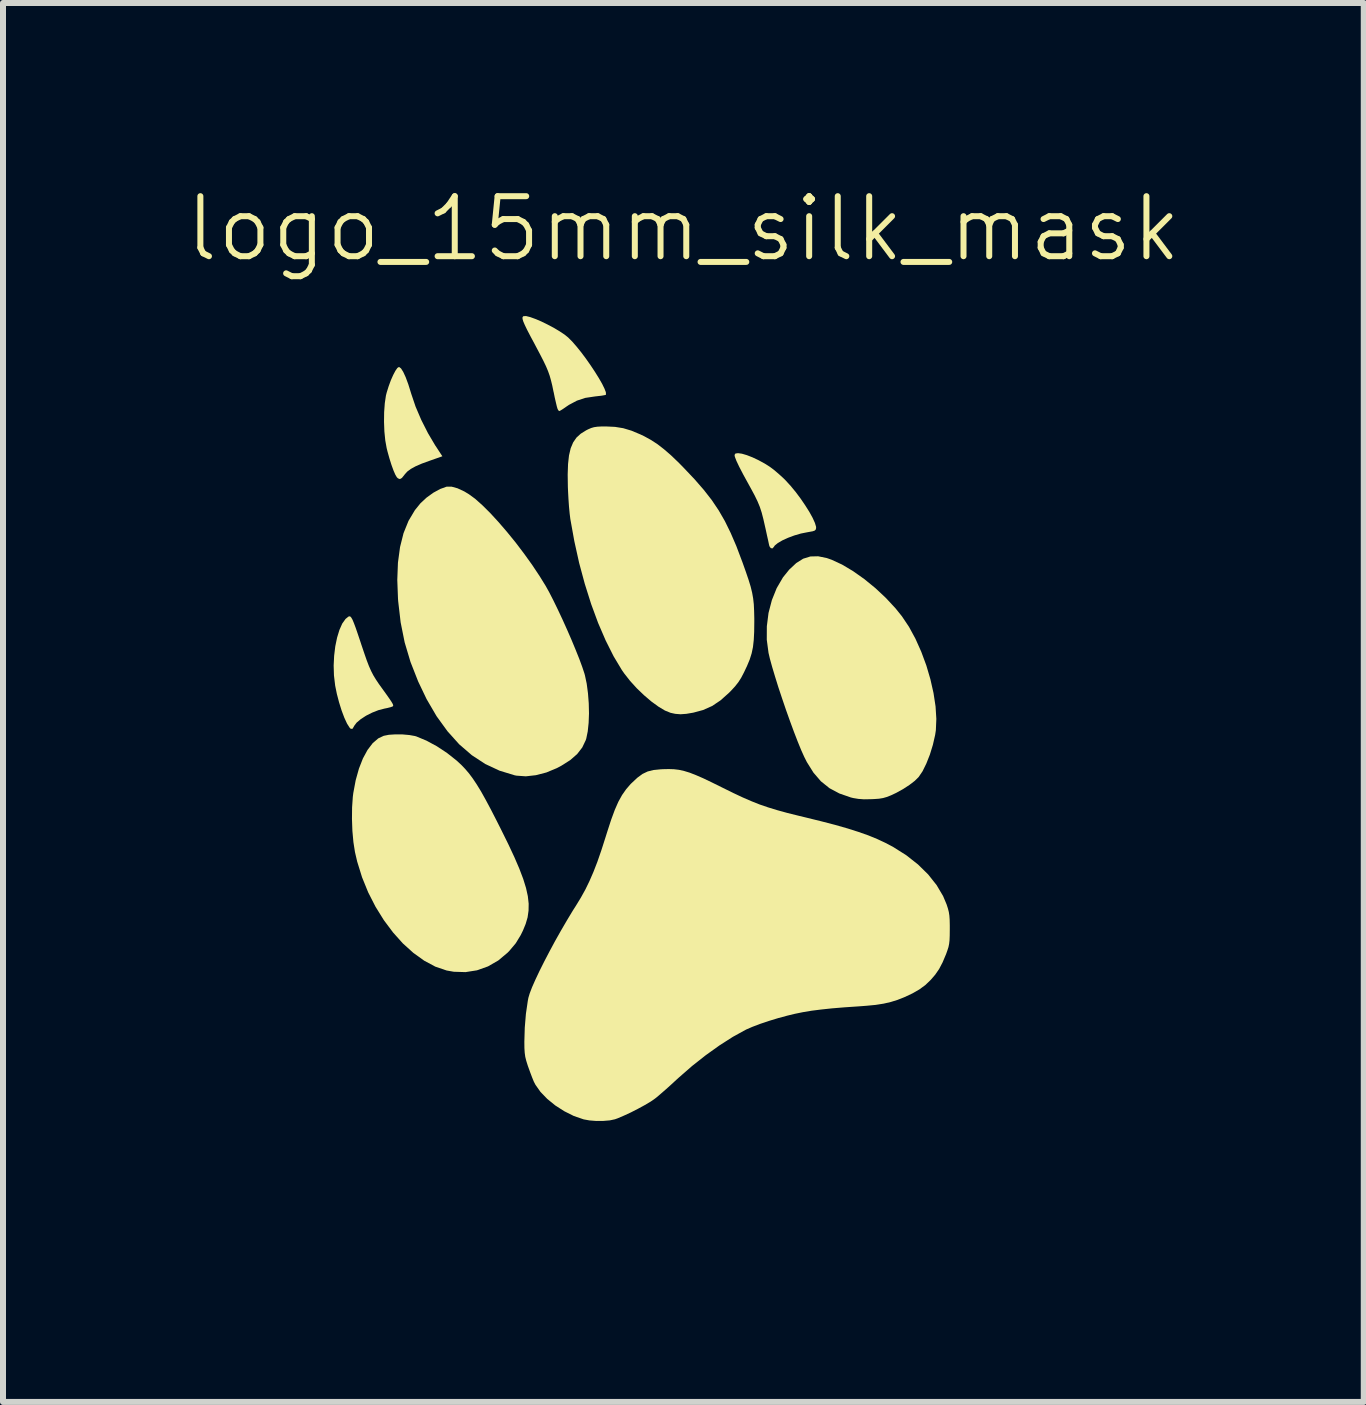
<source format=kicad_pcb>
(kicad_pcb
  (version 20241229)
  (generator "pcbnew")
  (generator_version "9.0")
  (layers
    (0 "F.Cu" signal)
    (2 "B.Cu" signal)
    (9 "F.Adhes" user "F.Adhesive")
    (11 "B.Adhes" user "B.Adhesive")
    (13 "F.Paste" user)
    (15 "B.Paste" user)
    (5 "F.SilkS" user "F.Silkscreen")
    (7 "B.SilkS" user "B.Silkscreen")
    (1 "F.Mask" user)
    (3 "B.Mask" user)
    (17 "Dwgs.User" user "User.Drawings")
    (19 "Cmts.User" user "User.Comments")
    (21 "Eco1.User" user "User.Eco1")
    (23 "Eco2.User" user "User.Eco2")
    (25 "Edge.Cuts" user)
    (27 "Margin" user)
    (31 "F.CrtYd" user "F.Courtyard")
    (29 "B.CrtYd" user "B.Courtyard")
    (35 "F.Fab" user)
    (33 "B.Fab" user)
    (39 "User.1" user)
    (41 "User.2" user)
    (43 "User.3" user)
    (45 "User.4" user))
  (footprint "logo_15mm_silk_mask"
    (layer "F.Cu")
    (at 8.336 9.761)
    (property "Reference" "logo_15mm_silk_mask" (at 0 -9 0) (unlocked yes) (layer "F.SilkS") (effects (font (size 1 1) (thickness 0.1))))
    (attr smd)
    (fp_poly (pts (xy 6.07 -2.664) (xy 6.367 -2.285) (xy 6.63 -1.893) (xy 6.859 -1.489) (xy 7.054 -1.074) (xy 7.215 -0.65) (xy 7.342 -0.219) (xy 7.433 0.218) (xy 7.489 0.658) (xy 7.509 1.101) (xy 7.493 1.545) (xy 7.44 1.987) (xy 7.351 2.427) (xy 7.274 2.706) (xy 7.144 3.087) (xy 6.986 3.466) (xy 6.804 3.833) (xy 6.612 4.164) (xy 6.338 4.564) (xy 6.034 4.943) (xy 5.702 5.3) (xy 5.343 5.634) (xy 4.96 5.944) (xy 4.553 6.229) (xy 4.125 6.489) (xy 3.678 6.722) (xy 3.214 6.928) (xy 2.733 7.106) (xy 2.238 7.255) (xy 1.731 7.375) (xy 1.213 7.464) (xy 0.687 7.521) (xy 0.153 7.546) (xy -0.386 7.539) (xy -0.513 7.532) (xy -1.052 7.482) (xy -1.585 7.398) (xy -2.11 7.282) (xy -2.624 7.134) (xy -3.124 6.955) (xy -3.608 6.746) (xy -4.073 6.508) (xy -4.516 6.242) (xy -4.935 5.95) (xy -5.1 5.822) (xy -5.484 5.492) (xy -5.837 5.142) (xy -6.158 4.773) (xy -6.446 4.386) (xy -6.702 3.981) (xy -6.924 3.56) (xy -7.112 3.123) (xy -7.255 2.706) (xy -7.31 2.509) (xy -7.358 2.296) (xy -7.401 2.074) (xy -7.436 1.849) (xy -7.464 1.628) (xy -7.483 1.417) (xy -7.492 1.223) (xy -7.492 1.051) (xy -7.48 0.909) (xy -7.48 0.908) (xy -7.462 0.785) (xy -7.46 0.893) (xy -7.456 0.957) (xy -7.448 1.045) (xy -7.438 1.145) (xy -7.428 1.225) (xy -7.355 1.642) (xy -7.245 2.052) (xy -7.101 2.452) (xy -6.923 2.84) (xy -6.712 3.216) (xy -6.469 3.578) (xy -6.196 3.924) (xy -5.894 4.254) (xy -5.563 4.565) (xy -5.205 4.856) (xy -4.821 5.126) (xy -4.412 5.373) (xy -4.026 5.574) (xy -3.532 5.792) (xy -3.025 5.975) (xy -2.507 6.124) (xy -1.979 6.237) (xy -1.445 6.317) (xy -0.906 6.361) (xy -0.366 6.371) (xy 0.175 6.345) (xy 0.713 6.284) (xy 1.247 6.189) (xy 1.774 6.058) (xy 2.291 5.891) (xy 2.442 5.835) (xy 2.907 5.639) (xy 3.351 5.416) (xy 3.772 5.167) (xy 4.17 4.892) (xy 4.541 4.594) (xy 4.886 4.274) (xy 5.201 3.932) (xy 5.487 3.571) (xy 5.741 3.191) (xy 5.866 2.976) (xy 6.047 2.61) (xy 6.2 2.223) (xy 6.322 1.823) (xy 6.412 1.415) (xy 6.445 1.202) (xy 6.46 1.049) (xy 6.47 0.87) (xy 6.475 0.676) (xy 6.474 0.479) (xy 6.467 0.29) (xy 6.455 0.12) (xy 6.445 0.028) (xy 6.369 -0.402) (xy 6.256 -0.823) (xy 6.108 -1.233) (xy 5.923 -1.632) (xy 5.704 -2.019) (xy 5.449 -2.393) (xy 5.267 -2.626) (xy 5.108 -2.82) (xy 5.524 -2.82) (xy 5.939 -2.82)) (stroke (width 0) (type solid)) (fill yes) (layer "F.Mask"))
    (fp_poly (pts (xy -4.737 -6.697) (xy -4.705 -6.673) (xy -4.668 -6.615) (xy -4.627 -6.526) (xy -4.583 -6.407) (xy -4.538 -6.262) (xy -4.533 -6.246) (xy -4.462 -6.036) (xy -4.367 -5.814) (xy -4.255 -5.593) (xy -4.132 -5.385) (xy -4.129 -5.382) (xy -4.016 -5.209) (xy -4.218 -5.138) (xy -4.356 -5.088) (xy -4.462 -5.042) (xy -4.542 -4.998) (xy -4.601 -4.954) (xy -4.644 -4.906) (xy -4.648 -4.9) (xy -4.69 -4.848) (xy -4.723 -4.829) (xy -4.755 -4.841) (xy -4.774 -4.859) (xy -4.799 -4.901) (xy -4.83 -4.972) (xy -4.864 -5.066) (xy -4.898 -5.174) (xy -4.93 -5.289) (xy -4.944 -5.345) (xy -4.967 -5.473) (xy -4.982 -5.623) (xy -4.988 -5.784) (xy -4.986 -5.944) (xy -4.975 -6.094) (xy -4.956 -6.222) (xy -4.944 -6.269) (xy -4.911 -6.375) (xy -4.874 -6.476) (xy -4.835 -6.564) (xy -4.798 -6.634) (xy -4.765 -6.681) (xy -4.739 -6.697)) (stroke (width 0) (type solid)) (fill yes) (layer "F.SilkS"))
    (fp_poly (pts (xy -5.549 -2.539) (xy -5.533 -2.521) (xy -5.513 -2.486) (xy -5.49 -2.431) (xy -5.46 -2.351) (xy -5.423 -2.243) (xy -5.376 -2.103) (xy -5.367 -2.075) (xy -5.317 -1.927) (xy -5.276 -1.809) (xy -5.239 -1.713) (xy -5.203 -1.632) (xy -5.166 -1.56) (xy -5.124 -1.491) (xy -5.074 -1.416) (xy -5.022 -1.344) (xy -4.95 -1.244) (xy -4.898 -1.17) (xy -4.863 -1.118) (xy -4.843 -1.083) (xy -4.835 -1.061) (xy -4.837 -1.049) (xy -4.846 -1.04) (xy -4.847 -1.04) (xy -4.878 -1.029) (xy -4.933 -1.015) (xy -4.982 -1.005) (xy -5.082 -0.979) (xy -5.186 -0.938) (xy -5.287 -0.887) (xy -5.376 -0.829) (xy -5.445 -0.771) (xy -5.486 -0.716) (xy -5.49 -0.707) (xy -5.513 -0.669) (xy -5.541 -0.668) (xy -5.56 -0.686) (xy -5.604 -0.755) (xy -5.65 -0.855) (xy -5.695 -0.975) (xy -5.737 -1.11) (xy -5.774 -1.251) (xy -5.802 -1.389) (xy -5.803 -1.398) (xy -5.822 -1.558) (xy -5.827 -1.723) (xy -5.819 -1.886) (xy -5.8 -2.043) (xy -5.77 -2.188) (xy -5.731 -2.316) (xy -5.684 -2.422) (xy -5.629 -2.499) (xy -5.581 -2.538) (xy -5.565 -2.543)) (stroke (width 0) (type solid)) (fill yes) (layer "F.SilkS"))
    (fp_poly (pts (xy 0.975 -5.252) (xy 1.057 -5.228) (xy 1.152 -5.191) (xy 1.253 -5.143) (xy 1.356 -5.087) (xy 1.441 -5.033) (xy 1.508 -4.983) (xy 1.588 -4.915) (xy 1.668 -4.842) (xy 1.705 -4.805) (xy 1.788 -4.714) (xy 1.873 -4.611) (xy 1.955 -4.501) (xy 2.031 -4.389) (xy 2.099 -4.281) (xy 2.153 -4.183) (xy 2.191 -4.099) (xy 2.21 -4.036) (xy 2.211 -4.014) (xy 2.205 -3.989) (xy 2.189 -3.972) (xy 2.156 -3.96) (xy 2.096 -3.949) (xy 2.063 -3.943) (xy 1.957 -3.922) (xy 1.848 -3.89) (xy 1.743 -3.851) (xy 1.649 -3.808) (xy 1.573 -3.764) (xy 1.523 -3.723) (xy 1.507 -3.7) (xy 1.484 -3.674) (xy 1.455 -3.679) (xy 1.433 -3.711) (xy 1.432 -3.714) (xy 1.424 -3.748) (xy 1.411 -3.81) (xy 1.392 -3.894) (xy 1.371 -3.991) (xy 1.362 -4.031) (xy 1.332 -4.163) (xy 1.304 -4.271) (xy 1.273 -4.366) (xy 1.235 -4.458) (xy 1.187 -4.557) (xy 1.125 -4.672) (xy 1.087 -4.741) (xy 0.998 -4.903) (xy 0.93 -5.034) (xy 0.883 -5.133) (xy 0.857 -5.201) (xy 0.852 -5.231) (xy 0.867 -5.255) (xy 0.91 -5.261)) (stroke (width 0) (type solid)) (fill yes) (layer "F.SilkS"))
    (fp_poly (pts (xy -2.552 -7.528) (xy -2.466 -7.497) (xy -2.367 -7.455) (xy -2.263 -7.404) (xy -2.159 -7.349) (xy -2.062 -7.291) (xy -1.978 -7.235) (xy -1.921 -7.189) (xy -1.854 -7.122) (xy -1.78 -7.037) (xy -1.701 -6.939) (xy -1.622 -6.833) (xy -1.545 -6.723) (xy -1.472 -6.613) (xy -1.408 -6.51) (xy -1.354 -6.416) (xy -1.315 -6.336) (xy -1.292 -6.276) (xy -1.29 -6.239) (xy -1.293 -6.233) (xy -1.316 -6.227) (xy -1.367 -6.218) (xy -1.438 -6.21) (xy -1.473 -6.206) (xy -1.634 -6.182) (xy -1.774 -6.136) (xy -1.906 -6.066) (xy -1.949 -6.037) (xy -2.004 -5.999) (xy -2.047 -5.972) (xy -2.069 -5.962) (xy -2.069 -5.962) (xy -2.086 -5.977) (xy -2.099 -6.005) (xy -2.109 -6.04) (xy -2.124 -6.103) (xy -2.143 -6.185) (xy -2.162 -6.279) (xy -2.164 -6.285) (xy -2.185 -6.387) (xy -2.206 -6.473) (xy -2.228 -6.551) (xy -2.255 -6.627) (xy -2.289 -6.708) (xy -2.333 -6.8) (xy -2.39 -6.911) (xy -2.462 -7.047) (xy -2.476 -7.074) (xy -2.549 -7.21) (xy -2.604 -7.316) (xy -2.643 -7.397) (xy -2.668 -7.456) (xy -2.68 -7.497) (xy -2.681 -7.523) (xy -2.672 -7.538) (xy -2.662 -7.544) (xy -2.62 -7.545)) (stroke (width 0) (type solid)) (fill yes) (layer "F.SilkS"))
    (fp_poly (pts (xy -4.679 -0.575) (xy -4.566 -0.565) (xy -4.471 -0.548) (xy -4.448 -0.541) (xy -4.282 -0.472) (xy -4.108 -0.378) (xy -3.937 -0.265) (xy -3.779 -0.14) (xy -3.699 -0.066) (xy -3.634 0.002) (xy -3.571 0.076) (xy -3.508 0.161) (xy -3.442 0.26) (xy -3.371 0.376) (xy -3.294 0.514) (xy -3.207 0.677) (xy -3.109 0.868) (xy -3.041 1.003) (xy -2.919 1.25) (xy -2.817 1.468) (xy -2.734 1.661) (xy -2.669 1.832) (xy -2.622 1.984) (xy -2.592 2.12) (xy -2.578 2.245) (xy -2.58 2.361) (xy -2.596 2.473) (xy -2.628 2.582) (xy -2.673 2.692) (xy -2.711 2.769) (xy -2.793 2.904) (xy -2.898 3.029) (xy -2.928 3.06) (xy -3.084 3.191) (xy -3.256 3.29) (xy -3.439 3.355) (xy -3.63 3.385) (xy -3.825 3.379) (xy -3.945 3.358) (xy -4.133 3.294) (xy -4.318 3.195) (xy -4.499 3.065) (xy -4.674 2.907) (xy -4.838 2.724) (xy -4.991 2.519) (xy -5.13 2.295) (xy -5.252 2.056) (xy -5.354 1.805) (xy -5.435 1.544) (xy -5.472 1.385) (xy -5.498 1.219) (xy -5.515 1.031) (xy -5.522 0.834) (xy -5.52 0.641) (xy -5.508 0.466) (xy -5.5 0.402) (xy -5.46 0.188) (xy -5.406 -0.005) (xy -5.34 -0.174) (xy -5.263 -0.316) (xy -5.177 -0.429) (xy -5.084 -0.509) (xy -4.993 -0.552) (xy -4.907 -0.569) (xy -4.798 -0.576)) (stroke (width 0) (type solid)) (fill yes) (layer "F.SilkS"))
    (fp_poly (pts (xy 2.388 -3.514) (xy 2.47 -3.485) (xy 2.643 -3.405) (xy 2.826 -3.296) (xy 3.013 -3.164) (xy 3.198 -3.013) (xy 3.373 -2.849) (xy 3.533 -2.677) (xy 3.64 -2.544) (xy 3.758 -2.368) (xy 3.866 -2.169) (xy 3.963 -1.952) (xy 4.047 -1.725) (xy 4.115 -1.494) (xy 4.167 -1.264) (xy 4.201 -1.042) (xy 4.214 -0.833) (xy 4.206 -0.645) (xy 4.194 -0.566) (xy 4.156 -0.4) (xy 4.106 -0.238) (xy 4.047 -0.089) (xy 3.984 0.039) (xy 3.918 0.136) (xy 3.917 0.137) (xy 3.854 0.199) (xy 3.765 0.267) (xy 3.659 0.336) (xy 3.545 0.399) (xy 3.46 0.439) (xy 3.389 0.467) (xy 3.326 0.485) (xy 3.259 0.496) (xy 3.174 0.502) (xy 3.123 0.504) (xy 3.007 0.506) (xy 2.915 0.499) (xy 2.83 0.485) (xy 2.789 0.475) (xy 2.599 0.409) (xy 2.434 0.321) (xy 2.291 0.206) (xy 2.167 0.062) (xy 2.057 -0.114) (xy 2.014 -0.199) (xy 1.963 -0.312) (xy 1.905 -0.454) (xy 1.842 -0.617) (xy 1.776 -0.796) (xy 1.709 -0.984) (xy 1.644 -1.175) (xy 1.582 -1.361) (xy 1.527 -1.538) (xy 1.479 -1.698) (xy 1.441 -1.836) (xy 1.418 -1.934) (xy 1.389 -2.153) (xy 1.39 -2.377) (xy 1.418 -2.599) (xy 1.474 -2.813) (xy 1.554 -3.012) (xy 1.659 -3.192) (xy 1.763 -3.321) (xy 1.88 -3.43) (xy 1.996 -3.503) (xy 2.116 -3.54) (xy 2.245 -3.543)) (stroke (width 0) (type solid)) (fill yes) (layer "F.SilkS"))
    (fp_poly (pts (xy -3.764 -4.676) (xy -3.65 -4.623) (xy -3.574 -4.577) (xy -3.47 -4.501) (xy -3.351 -4.395) (xy -3.22 -4.265) (xy -3.082 -4.115) (xy -2.939 -3.949) (xy -2.795 -3.772) (xy -2.654 -3.586) (xy -2.519 -3.398) (xy -2.394 -3.21) (xy -2.294 -3.048) (xy -2.234 -2.94) (xy -2.166 -2.807) (xy -2.092 -2.655) (xy -2.015 -2.491) (xy -1.938 -2.32) (xy -1.864 -2.15) (xy -1.796 -1.986) (xy -1.735 -1.834) (xy -1.686 -1.701) (xy -1.65 -1.593) (xy -1.641 -1.561) (xy -1.611 -1.42) (xy -1.59 -1.261) (xy -1.577 -1.093) (xy -1.573 -0.926) (xy -1.579 -0.767) (xy -1.594 -0.625) (xy -1.618 -0.508) (xy -1.627 -0.48) (xy -1.685 -0.358) (xy -1.77 -0.248) (xy -1.886 -0.147) (xy -2.036 -0.052) (xy -2.11 -0.013) (xy -2.283 0.059) (xy -2.457 0.104) (xy -2.625 0.123) (xy -2.78 0.112) (xy -2.811 0.106) (xy -3.063 0.029) (xy -3.301 -0.082) (xy -3.525 -0.229) (xy -3.735 -0.41) (xy -3.93 -0.627) (xy -4.112 -0.878) (xy -4.279 -1.164) (xy -4.419 -1.457) (xy -4.547 -1.783) (xy -4.644 -2.108) (xy -4.711 -2.442) (xy -4.752 -2.794) (xy -4.755 -2.833) (xy -4.767 -3.15) (xy -4.756 -3.437) (xy -4.721 -3.697) (xy -4.663 -3.928) (xy -4.58 -4.133) (xy -4.474 -4.311) (xy -4.381 -4.426) (xy -4.28 -4.52) (xy -4.168 -4.601) (xy -4.053 -4.664) (xy -3.947 -4.702) (xy -3.942 -4.703) (xy -3.862 -4.703)) (stroke (width 0) (type solid)) (fill yes) (layer "F.SilkS"))
    (fp_poly (pts (xy -1.139 -5.699) (xy -1.003 -5.677) (xy -0.866 -5.636) (xy -0.718 -5.574) (xy -0.653 -5.543) (xy -0.542 -5.482) (xy -0.434 -5.412) (xy -0.323 -5.326) (xy -0.203 -5.222) (xy -0.07 -5.094) (xy 0.011 -5.011) (xy 0.188 -4.824) (xy 0.34 -4.649) (xy 0.472 -4.48) (xy 0.587 -4.309) (xy 0.691 -4.129) (xy 0.787 -3.933) (xy 0.881 -3.715) (xy 0.975 -3.466) (xy 0.981 -3.451) (xy 1.039 -3.288) (xy 1.085 -3.153) (xy 1.12 -3.039) (xy 1.145 -2.937) (xy 1.162 -2.841) (xy 1.173 -2.742) (xy 1.178 -2.634) (xy 1.181 -2.509) (xy 1.181 -2.451) (xy 1.179 -2.285) (xy 1.172 -2.148) (xy 1.159 -2.031) (xy 1.137 -1.926) (xy 1.105 -1.824) (xy 1.06 -1.716) (xy 1.01 -1.61) (xy 0.963 -1.52) (xy 0.916 -1.446) (xy 0.861 -1.376) (xy 0.789 -1.298) (xy 0.759 -1.268) (xy 0.619 -1.143) (xy 0.479 -1.049) (xy 0.329 -0.982) (xy 0.166 -0.938) (xy 0.048 -0.918) (xy -0.048 -0.911) (xy -0.136 -0.918) (xy -0.214 -0.935) (xy -0.308 -0.973) (xy -0.416 -1.038) (xy -0.534 -1.124) (xy -0.656 -1.228) (xy -0.776 -1.343) (xy -0.888 -1.466) (xy -0.986 -1.591) (xy -1.025 -1.647) (xy -1.163 -1.877) (xy -1.295 -2.14) (xy -1.421 -2.432) (xy -1.537 -2.747) (xy -1.643 -3.083) (xy -1.737 -3.432) (xy -1.817 -3.793) (xy -1.883 -4.159) (xy -1.884 -4.164) (xy -1.895 -4.253) (xy -1.906 -4.368) (xy -1.915 -4.497) (xy -1.922 -4.628) (xy -1.925 -4.699) (xy -1.928 -4.906) (xy -1.922 -5.08) (xy -1.906 -5.224) (xy -1.878 -5.343) (xy -1.837 -5.44) (xy -1.782 -5.52) (xy -1.711 -5.585) (xy -1.623 -5.64) (xy -1.59 -5.657) (xy -1.537 -5.68) (xy -1.489 -5.694) (xy -1.433 -5.702) (xy -1.36 -5.706) (xy -1.287 -5.706)) (stroke (width 0) (type solid)) (fill yes) (layer "F.SilkS"))
    (fp_poly (pts (xy -0.156 0.005) (xy -0.073 0.015) (xy 0.012 0.034) (xy 0.104 0.062) (xy 0.209 0.103) (xy 0.331 0.156) (xy 0.475 0.225) (xy 0.647 0.31) (xy 0.653 0.313) (xy 0.831 0.401) (xy 0.989 0.475) (xy 1.132 0.537) (xy 1.27 0.592) (xy 1.41 0.64) (xy 1.56 0.686) (xy 1.727 0.732) (xy 1.92 0.78) (xy 2.028 0.806) (xy 2.296 0.872) (xy 2.531 0.933) (xy 2.737 0.992) (xy 2.919 1.05) (xy 3.081 1.107) (xy 3.227 1.167) (xy 3.362 1.23) (xy 3.49 1.297) (xy 3.493 1.299) (xy 3.712 1.437) (xy 3.908 1.591) (xy 4.078 1.758) (xy 4.219 1.936) (xy 4.327 2.119) (xy 4.385 2.257) (xy 4.407 2.325) (xy 4.422 2.384) (xy 4.431 2.443) (xy 4.436 2.513) (xy 4.438 2.604) (xy 4.438 2.669) (xy 4.437 2.775) (xy 4.434 2.853) (xy 4.427 2.914) (xy 4.416 2.968) (xy 4.398 3.024) (xy 4.377 3.083) (xy 4.319 3.221) (xy 4.261 3.332) (xy 4.195 3.428) (xy 4.12 3.515) (xy 4.031 3.6) (xy 3.932 3.673) (xy 3.815 3.74) (xy 3.676 3.805) (xy 3.564 3.849) (xy 3.454 3.883) (xy 3.337 3.91) (xy 3.204 3.931) (xy 3.048 3.946) (xy 2.915 3.956) (xy 2.679 3.972) (xy 2.474 3.989) (xy 2.296 4.008) (xy 2.137 4.028) (xy 1.993 4.052) (xy 1.856 4.08) (xy 1.732 4.11) (xy 1.58 4.151) (xy 1.426 4.198) (xy 1.28 4.247) (xy 1.151 4.296) (xy 1.047 4.341) (xy 1.032 4.349) (xy 0.823 4.464) (xy 0.601 4.606) (xy 0.373 4.769) (xy 0.146 4.948) (xy -0.073 5.139) (xy -0.114 5.176) (xy -0.203 5.258) (xy -0.293 5.339) (xy -0.377 5.412) (xy -0.445 5.47) (xy -0.473 5.492) (xy -0.545 5.542) (xy -0.643 5.6) (xy -0.757 5.662) (xy -0.876 5.723) (xy -0.993 5.777) (xy -1.096 5.821) (xy -1.141 5.837) (xy -1.225 5.855) (xy -1.333 5.864) (xy -1.451 5.865) (xy -1.565 5.856) (xy -1.664 5.838) (xy -1.666 5.837) (xy -1.826 5.782) (xy -1.984 5.703) (xy -2.134 5.607) (xy -2.268 5.498) (xy -2.381 5.381) (xy -2.465 5.262) (xy -2.492 5.21) (xy -2.521 5.139) (xy -2.555 5.049) (xy -2.588 4.957) (xy -2.595 4.937) (xy -2.619 4.86) (xy -2.635 4.795) (xy -2.644 4.729) (xy -2.649 4.649) (xy -2.65 4.544) (xy -2.65 4.544) (xy -2.643 4.31) (xy -2.624 4.08) (xy -2.593 3.867) (xy -2.583 3.814) (xy -2.561 3.74) (xy -2.522 3.638) (xy -2.467 3.513) (xy -2.399 3.369) (xy -2.32 3.211) (xy -2.233 3.044) (xy -2.14 2.871) (xy -2.042 2.697) (xy -1.943 2.527) (xy -1.845 2.364) (xy -1.792 2.281) (xy -1.709 2.145) (xy -1.634 2.01) (xy -1.565 1.868) (xy -1.499 1.716) (xy -1.433 1.546) (xy -1.366 1.352) (xy -1.295 1.13) (xy -1.267 1.041) (xy -1.204 0.847) (xy -1.144 0.684) (xy -1.085 0.549) (xy -1.022 0.435) (xy -0.954 0.338) (xy -0.879 0.251) (xy -0.863 0.236) (xy -0.767 0.146) (xy -0.681 0.083) (xy -0.595 0.042) (xy -0.498 0.018) (xy -0.378 0.006) (xy -0.339 0.004) (xy -0.243 0.002)) (stroke (width 0) (type solid)) (fill yes) (layer "F.SilkS")))
  (gr_rect
    (start -3 -3)
    (end 19.671 20.307)
    (stroke (width 0.1) (type default))
    (fill no)
    (layer "Edge.Cuts")))
</source>
